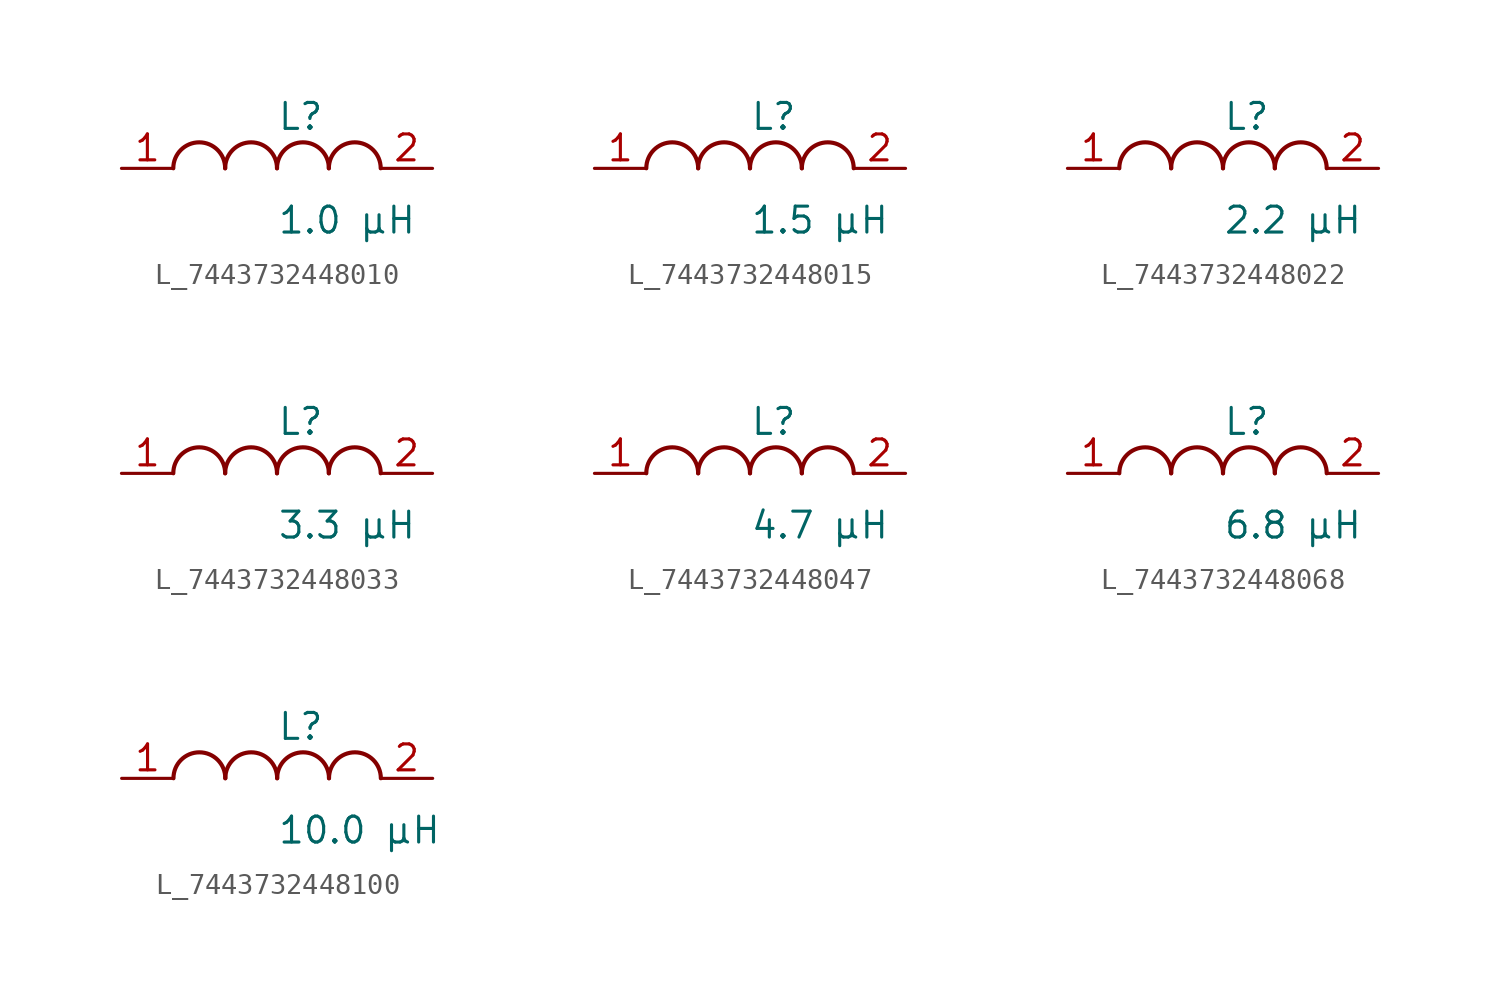
<source format=kicad_sym>
(kicad_symbol_lib
  (version 20231120)
  (generator kicad_symbol_editor)
  (generator_version 8.0)
  (symbol "L_7443732448010"
    (pin_names
      (offset 0.254))
    (property "Reference" "L"
      (at 0 2.54 0)
      (effects (font (size 1.27 1.27)) (justify left)))
    (property "Value" "1.0 µH"
      (at 0 -2.54 0)
      (effects (font (size 1.27 1.27)) (justify left)))
    (symbol "L_7443732448010_1_1"
      (arc (start -2.54 0.0056) (mid -3.81 1.27) (end -5.08 0.0056) (stroke (width 0.2032) (type default)) (fill (type none)))
      (arc (start 0 0.0056) (mid -1.27 1.27) (end -2.54 0.0056) (stroke (width 0.2032) (type default)) (fill (type none)))
      (arc (start 2.54 0.0056) (mid 1.27 1.27) (end 0 0.0056) (stroke (width 0.2032) (type default)) (fill (type none)))
      (arc (start 5.08 0.0056) (mid 3.81 1.27) (end 2.54 0.0056) (stroke (width 0.2032) (type default)) (fill (type none)))
      (pin passive line (at -7.62 0 0) (length 2.54) (name "" (effects (font (size 1.27 1.27)))) (number "1" (effects (font (size 1.27 1.27)))))
      (pin passive line (at 7.62 0 180) (length 2.54) (name "" (effects (font (size 1.27 1.27)))) (number "2" (effects (font (size 1.27 1.27)))))))
  (symbol "L_7443732448015"
    (pin_names
      (offset 0.254))
    (property "Reference" "L"
      (at 0 2.54 0)
      (effects (font (size 1.27 1.27)) (justify left)))
    (property "Value" "1.5 µH"
      (at 0 -2.54 0)
      (effects (font (size 1.27 1.27)) (justify left)))
    (symbol "L_7443732448015_1_1"
      (arc (start -2.54 0.0056) (mid -3.81 1.27) (end -5.08 0.0056) (stroke (width 0.2032) (type default)) (fill (type none)))
      (arc (start 0 0.0056) (mid -1.27 1.27) (end -2.54 0.0056) (stroke (width 0.2032) (type default)) (fill (type none)))
      (arc (start 2.54 0.0056) (mid 1.27 1.27) (end 0 0.0056) (stroke (width 0.2032) (type default)) (fill (type none)))
      (arc (start 5.08 0.0056) (mid 3.81 1.27) (end 2.54 0.0056) (stroke (width 0.2032) (type default)) (fill (type none)))
      (pin passive line (at -7.62 0 0) (length 2.54) (name "" (effects (font (size 1.27 1.27)))) (number "1" (effects (font (size 1.27 1.27)))))
      (pin passive line (at 7.62 0 180) (length 2.54) (name "" (effects (font (size 1.27 1.27)))) (number "2" (effects (font (size 1.27 1.27)))))))
  (symbol "L_7443732448022"
    (pin_names
      (offset 0.254))
    (property "Reference" "L"
      (at 0 2.54 0)
      (effects (font (size 1.27 1.27)) (justify left)))
    (property "Value" "2.2 µH"
      (at 0 -2.54 0)
      (effects (font (size 1.27 1.27)) (justify left)))
    (symbol "L_7443732448022_1_1"
      (arc (start -2.54 0.0056) (mid -3.81 1.27) (end -5.08 0.0056) (stroke (width 0.2032) (type default)) (fill (type none)))
      (arc (start 0 0.0056) (mid -1.27 1.27) (end -2.54 0.0056) (stroke (width 0.2032) (type default)) (fill (type none)))
      (arc (start 2.54 0.0056) (mid 1.27 1.27) (end 0 0.0056) (stroke (width 0.2032) (type default)) (fill (type none)))
      (arc (start 5.08 0.0056) (mid 3.81 1.27) (end 2.54 0.0056) (stroke (width 0.2032) (type default)) (fill (type none)))
      (pin passive line (at -7.62 0 0) (length 2.54) (name "" (effects (font (size 1.27 1.27)))) (number "1" (effects (font (size 1.27 1.27)))))
      (pin passive line (at 7.62 0 180) (length 2.54) (name "" (effects (font (size 1.27 1.27)))) (number "2" (effects (font (size 1.27 1.27)))))))
  (symbol "L_7443732448033"
    (pin_names
      (offset 0.254))
    (property "Reference" "L"
      (at 0 2.54 0)
      (effects (font (size 1.27 1.27)) (justify left)))
    (property "Value" "3.3 µH"
      (at 0 -2.54 0)
      (effects (font (size 1.27 1.27)) (justify left)))
    (symbol "L_7443732448033_1_1"
      (arc (start -2.54 0.0056) (mid -3.81 1.27) (end -5.08 0.0056) (stroke (width 0.2032) (type default)) (fill (type none)))
      (arc (start 0 0.0056) (mid -1.27 1.27) (end -2.54 0.0056) (stroke (width 0.2032) (type default)) (fill (type none)))
      (arc (start 2.54 0.0056) (mid 1.27 1.27) (end 0 0.0056) (stroke (width 0.2032) (type default)) (fill (type none)))
      (arc (start 5.08 0.0056) (mid 3.81 1.27) (end 2.54 0.0056) (stroke (width 0.2032) (type default)) (fill (type none)))
      (pin passive line (at -7.62 0 0) (length 2.54) (name "" (effects (font (size 1.27 1.27)))) (number "1" (effects (font (size 1.27 1.27)))))
      (pin passive line (at 7.62 0 180) (length 2.54) (name "" (effects (font (size 1.27 1.27)))) (number "2" (effects (font (size 1.27 1.27)))))))
  (symbol "L_7443732448047"
    (pin_names
      (offset 0.254))
    (property "Reference" "L"
      (at 0 2.54 0)
      (effects (font (size 1.27 1.27)) (justify left)))
    (property "Value" "4.7 µH"
      (at 0 -2.54 0)
      (effects (font (size 1.27 1.27)) (justify left)))
    (symbol "L_7443732448047_1_1"
      (arc (start -2.54 0.0056) (mid -3.81 1.27) (end -5.08 0.0056) (stroke (width 0.2032) (type default)) (fill (type none)))
      (arc (start 0 0.0056) (mid -1.27 1.27) (end -2.54 0.0056) (stroke (width 0.2032) (type default)) (fill (type none)))
      (arc (start 2.54 0.0056) (mid 1.27 1.27) (end 0 0.0056) (stroke (width 0.2032) (type default)) (fill (type none)))
      (arc (start 5.08 0.0056) (mid 3.81 1.27) (end 2.54 0.0056) (stroke (width 0.2032) (type default)) (fill (type none)))
      (pin passive line (at -7.62 0 0) (length 2.54) (name "" (effects (font (size 1.27 1.27)))) (number "1" (effects (font (size 1.27 1.27)))))
      (pin passive line (at 7.62 0 180) (length 2.54) (name "" (effects (font (size 1.27 1.27)))) (number "2" (effects (font (size 1.27 1.27)))))))
  (symbol "L_7443732448068"
    (pin_names
      (offset 0.254))
    (property "Reference" "L"
      (at 0 2.54 0)
      (effects (font (size 1.27 1.27)) (justify left)))
    (property "Value" "6.8 µH"
      (at 0 -2.54 0)
      (effects (font (size 1.27 1.27)) (justify left)))
    (symbol "L_7443732448068_1_1"
      (arc (start -2.54 0.0056) (mid -3.81 1.27) (end -5.08 0.0056) (stroke (width 0.2032) (type default)) (fill (type none)))
      (arc (start 0 0.0056) (mid -1.27 1.27) (end -2.54 0.0056) (stroke (width 0.2032) (type default)) (fill (type none)))
      (arc (start 2.54 0.0056) (mid 1.27 1.27) (end 0 0.0056) (stroke (width 0.2032) (type default)) (fill (type none)))
      (arc (start 5.08 0.0056) (mid 3.81 1.27) (end 2.54 0.0056) (stroke (width 0.2032) (type default)) (fill (type none)))
      (pin passive line (at -7.62 0 0) (length 2.54) (name "" (effects (font (size 1.27 1.27)))) (number "1" (effects (font (size 1.27 1.27)))))
      (pin passive line (at 7.62 0 180) (length 2.54) (name "" (effects (font (size 1.27 1.27)))) (number "2" (effects (font (size 1.27 1.27)))))))
  (symbol "L_7443732448100"
    (pin_names
      (offset 0.254))
    (property "Reference" "L"
      (at 0 2.54 0)
      (effects (font (size 1.27 1.27)) (justify left)))
    (property "Value" "10.0 µH"
      (at 0 -2.54 0)
      (effects (font (size 1.27 1.27)) (justify left)))
    (symbol "L_7443732448100_1_1"
      (arc (start -2.54 0.0056) (mid -3.81 1.27) (end -5.08 0.0056) (stroke (width 0.2032) (type default)) (fill (type none)))
      (arc (start 0 0.0056) (mid -1.27 1.27) (end -2.54 0.0056) (stroke (width 0.2032) (type default)) (fill (type none)))
      (arc (start 2.54 0.0056) (mid 1.27 1.27) (end 0 0.0056) (stroke (width 0.2032) (type default)) (fill (type none)))
      (arc (start 5.08 0.0056) (mid 3.81 1.27) (end 2.54 0.0056) (stroke (width 0.2032) (type default)) (fill (type none)))
      (pin passive line (at -7.62 0 0) (length 2.54) (name "" (effects (font (size 1.27 1.27)))) (number "1" (effects (font (size 1.27 1.27)))))
      (pin passive line (at 7.62 0 180) (length 2.54) (name "" (effects (font (size 1.27 1.27)))) (number "2" (effects (font (size 1.27 1.27))))))))
</source>
